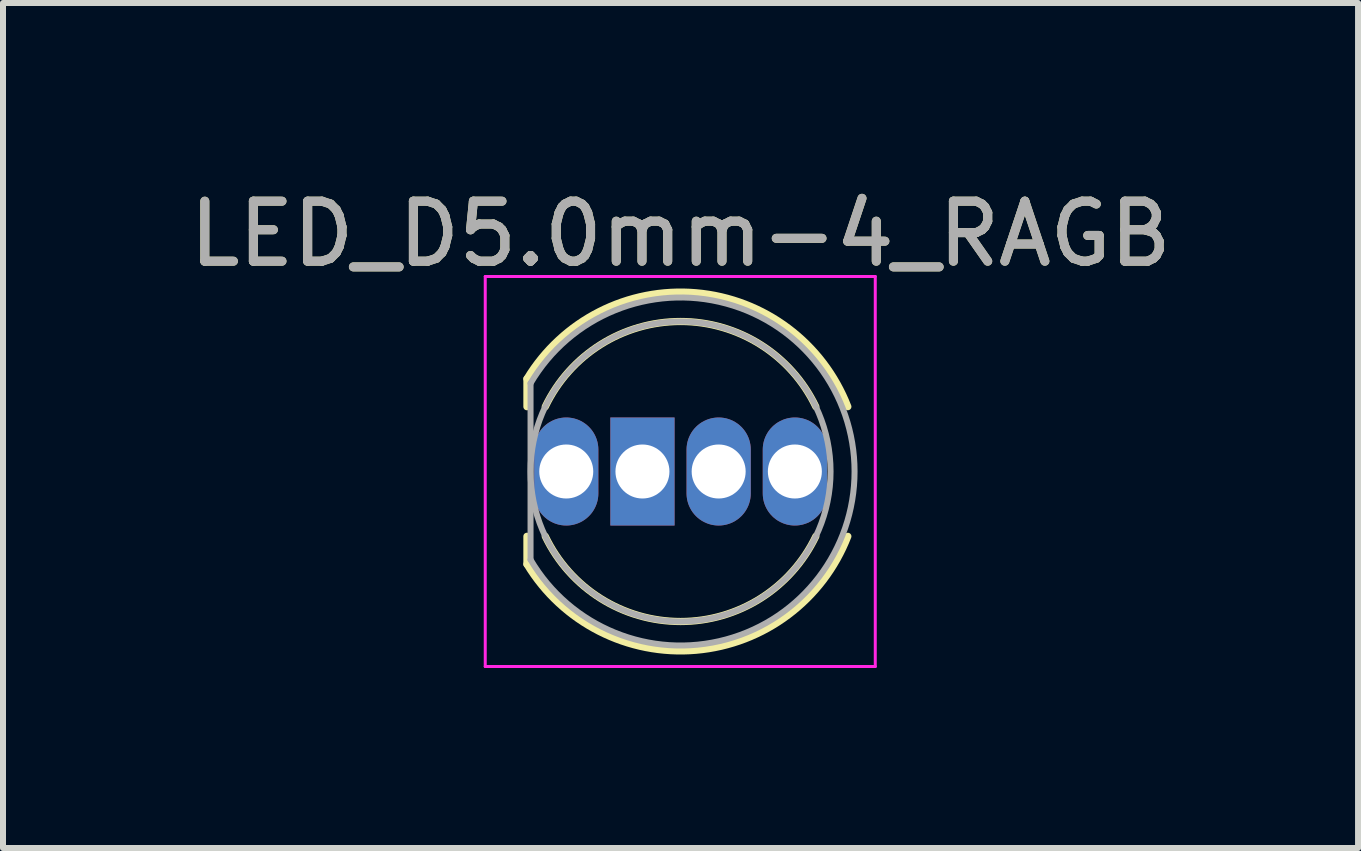
<source format=kicad_pcb>
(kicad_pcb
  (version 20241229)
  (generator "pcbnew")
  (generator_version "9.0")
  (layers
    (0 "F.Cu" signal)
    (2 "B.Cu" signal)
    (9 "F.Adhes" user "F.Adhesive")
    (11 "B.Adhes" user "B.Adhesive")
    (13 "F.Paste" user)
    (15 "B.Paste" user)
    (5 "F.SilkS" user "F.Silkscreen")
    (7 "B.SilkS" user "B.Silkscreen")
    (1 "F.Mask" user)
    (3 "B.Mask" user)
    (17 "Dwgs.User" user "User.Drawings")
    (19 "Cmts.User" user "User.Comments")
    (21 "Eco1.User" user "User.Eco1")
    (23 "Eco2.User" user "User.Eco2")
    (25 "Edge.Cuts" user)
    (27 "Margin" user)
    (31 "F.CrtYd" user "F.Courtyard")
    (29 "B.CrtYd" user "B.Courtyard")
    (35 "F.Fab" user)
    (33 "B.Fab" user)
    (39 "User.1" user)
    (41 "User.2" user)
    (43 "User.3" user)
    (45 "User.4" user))
  (footprint "LED_D5.0mm-4_RAGB"
    (layer "F.Cu")
    (at 6.387 4.808)
    (property "Reference" "LED_D5.0mm-4_RAGB" (at 1.905 -3.96 0) (layer "F.SilkS") (effects (font (size 1 1) (thickness 0.15))))
    (attr through_hole)
    (fp_line (start -0.655 -1.545) (end -0.655 -1.08) (stroke (width 0.12) (type solid)) (layer "F.SilkS"))
    (fp_line (start -0.655 1.08) (end -0.655 1.545) (stroke (width 0.12) (type solid)) (layer "F.SilkS"))
    (fp_arc (start -0.655 -1.54483) (mid 2.163456 -2.978809) (end 4.692815 -1.080827) (stroke (width 0.12) (type solid)) (layer "F.SilkS"))
    (fp_arc (start -0.349684 -1.08) (mid 1.904762 -2.5) (end 4.159479 -1.080429) (stroke (width 0.12) (type solid)) (layer "F.SilkS"))
    (fp_arc (start 4.159479 1.080429) (mid 1.904762 2.5) (end -0.349684 1.08) (stroke (width 0.12) (type solid)) (layer "F.SilkS"))
    (fp_arc (start 4.692815 1.080827) (mid 2.163456 2.978808) (end -0.655 1.54483) (stroke (width 0.12) (type solid)) (layer "F.SilkS"))
    (fp_line (start -1.35 -3.25) (end -1.35 3.25) (stroke (width 0.05) (type solid)) (layer "F.CrtYd"))
    (fp_line (start -1.35 3.25) (end 5.15 3.25) (stroke (width 0.05) (type solid)) (layer "F.CrtYd"))
    (fp_line (start 5.15 -3.25) (end -1.35 -3.25) (stroke (width 0.05) (type solid)) (layer "F.CrtYd"))
    (fp_line (start 5.15 3.25) (end 5.15 -3.25) (stroke (width 0.05) (type solid)) (layer "F.CrtYd"))
    (fp_line (start -0.595 -1.47) (end -0.595 1.47) (stroke (width 0.1) (type solid)) (layer "F.Fab"))
    (fp_arc (start -0.595 -1.469694) (mid 4.805 0.000016) (end -0.595016 1.469666) (stroke (width 0.1) (type solid)) (layer "F.Fab"))
    (fp_circle (center 1.905 0) (end 4.405 0) (stroke (width 0.1) (type solid)) (fill no) (layer "F.Fab"))
    (fp_text user "${REFERENCE}" (at 1.905 -3.96 0) (layer "F.Fab") (effects (font (size 1 1) (thickness 0.15))))
    (pad "1" thru_hole rect (at 1.27 0) (size 1.07 1.8) (drill 0.9) (layers "*.Cu" "*.Mask"))
    (pad "2" thru_hole oval (at 0 0) (size 1.07 1.8) (drill 0.9) (layers "*.Cu" "*.Mask"))
    (pad "3" thru_hole oval (at 2.54 0) (size 1.07 1.8) (drill 0.9) (layers "*.Cu" "*.Mask"))
    (pad "4" thru_hole oval (at 3.81 0) (size 1.07 1.8) (drill 0.9) (layers "*.Cu" "*.Mask")))
  (gr_rect
    (start -3 -3)
    (end 19.583 11.083)
    (stroke (width 0.1) (type default))
    (fill no)
    (layer "Edge.Cuts")))
</source>
